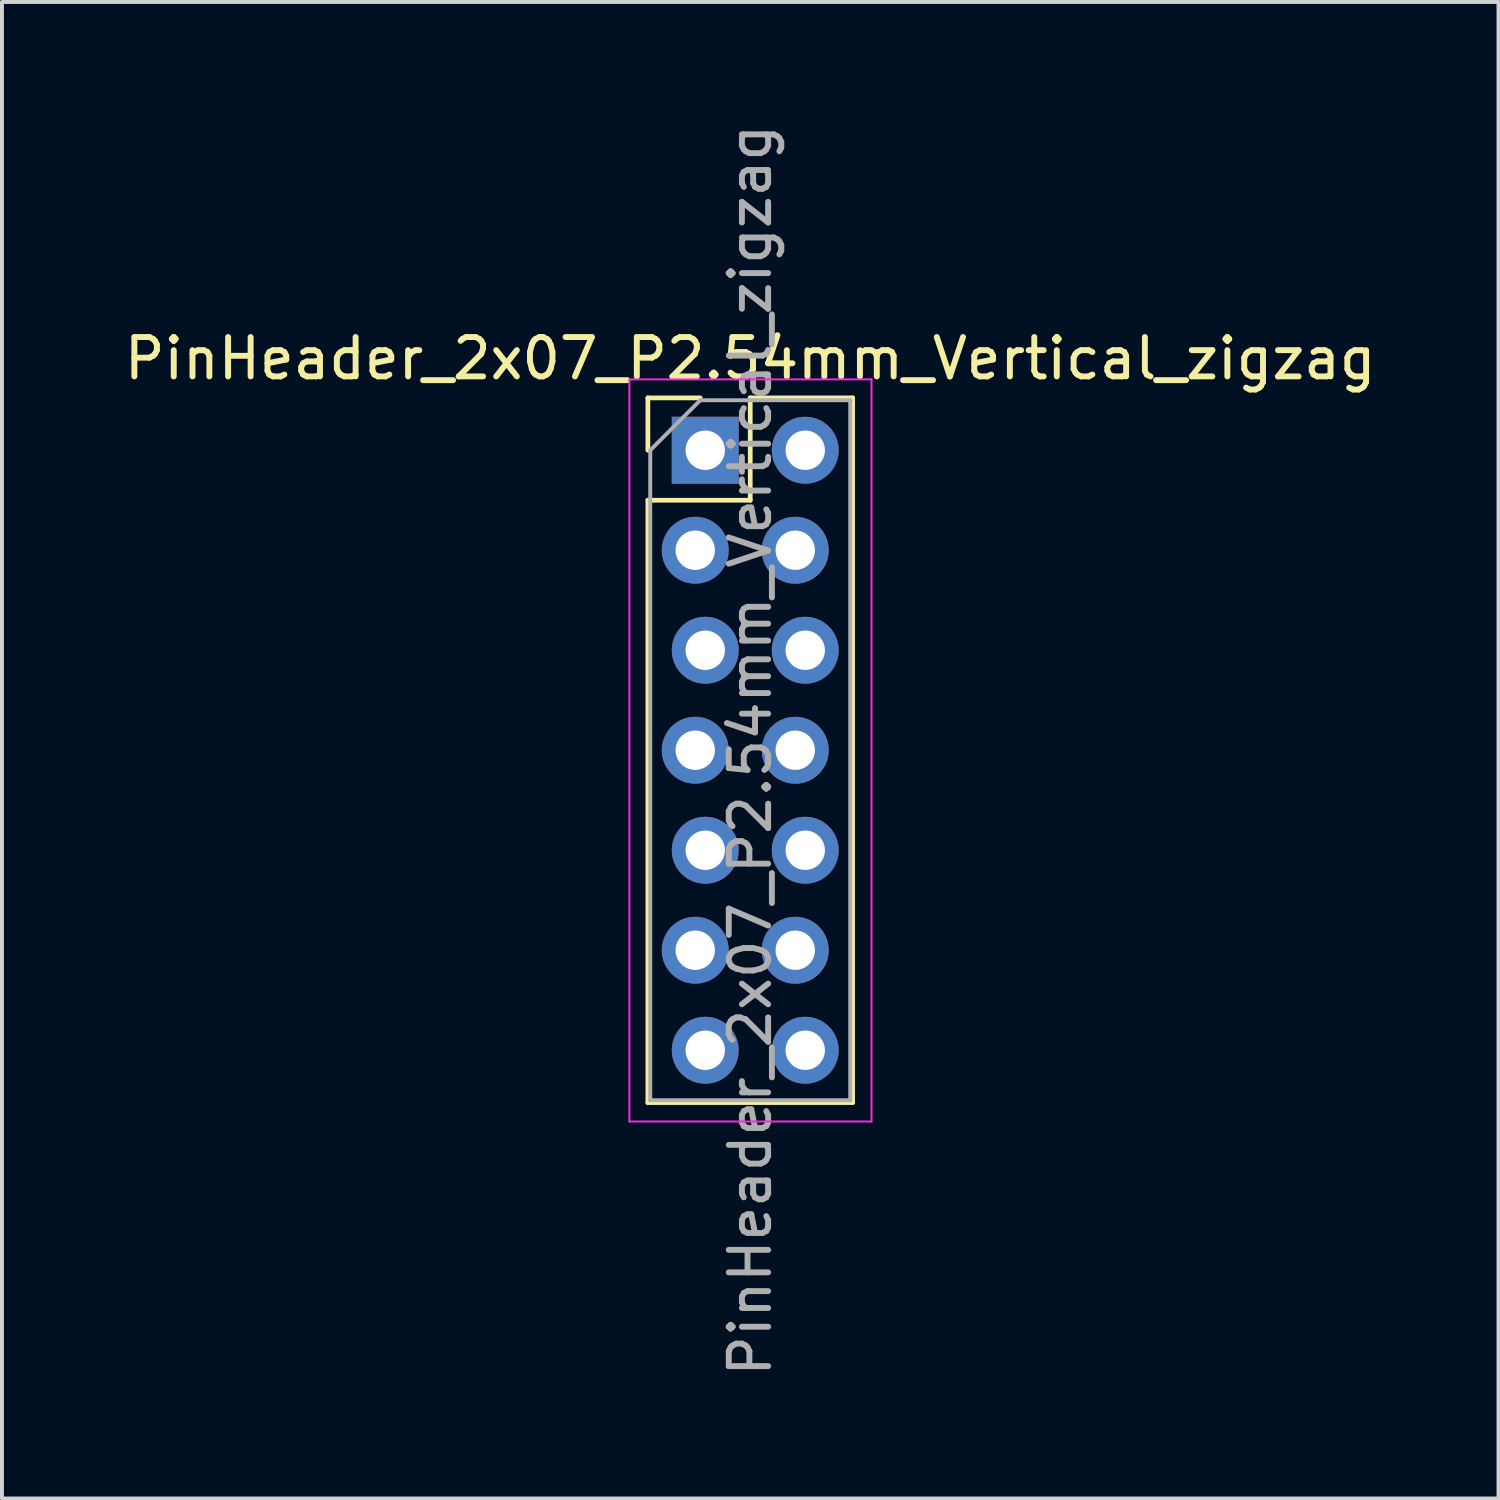
<source format=kicad_pcb>
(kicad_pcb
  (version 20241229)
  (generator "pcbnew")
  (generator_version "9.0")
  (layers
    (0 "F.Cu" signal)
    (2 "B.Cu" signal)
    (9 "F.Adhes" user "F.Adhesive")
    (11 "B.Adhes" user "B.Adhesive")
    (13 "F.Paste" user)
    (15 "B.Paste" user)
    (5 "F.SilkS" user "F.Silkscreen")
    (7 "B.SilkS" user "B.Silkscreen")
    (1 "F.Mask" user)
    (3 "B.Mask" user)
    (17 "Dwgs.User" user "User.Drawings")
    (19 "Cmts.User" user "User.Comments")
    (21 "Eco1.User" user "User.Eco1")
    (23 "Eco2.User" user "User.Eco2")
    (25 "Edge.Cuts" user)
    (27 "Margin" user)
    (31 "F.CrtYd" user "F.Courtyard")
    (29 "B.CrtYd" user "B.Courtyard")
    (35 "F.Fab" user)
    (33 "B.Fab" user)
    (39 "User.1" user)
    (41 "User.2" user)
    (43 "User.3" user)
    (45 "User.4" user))
  (footprint "PinHeader_2x07_P2.54mm_Vertical_zigzag"
    (layer "F.Cu")
    (at 14.736 8.386)
    (property "Reference" "PinHeader_2x07_P2.54mm_Vertical_zigzag" (at 1.27 -2.33 0) (layer "F.SilkS") (effects (font (size 1 1) (thickness 0.15))))
    (attr through_hole)
    (fp_line (start -1.33 -1.33) (end 0 -1.33) (stroke (width 0.12) (type solid)) (layer "F.SilkS"))
    (fp_line (start -1.33 0) (end -1.33 -1.33) (stroke (width 0.12) (type solid)) (layer "F.SilkS"))
    (fp_line (start -1.33 1.27) (end -1.33 16.57) (stroke (width 0.12) (type solid)) (layer "F.SilkS"))
    (fp_line (start -1.33 1.27) (end 1.27 1.27) (stroke (width 0.12) (type solid)) (layer "F.SilkS"))
    (fp_line (start -1.33 16.57) (end 3.87 16.57) (stroke (width 0.12) (type solid)) (layer "F.SilkS"))
    (fp_line (start 1.27 -1.33) (end 3.87 -1.33) (stroke (width 0.12) (type solid)) (layer "F.SilkS"))
    (fp_line (start 1.27 1.27) (end 1.27 -1.33) (stroke (width 0.12) (type solid)) (layer "F.SilkS"))
    (fp_line (start 3.87 -1.33) (end 3.87 16.57) (stroke (width 0.12) (type solid)) (layer "F.SilkS"))
    (fp_line (start -1.8 -1.8) (end -1.8 17.05) (stroke (width 0.05) (type solid)) (layer "F.CrtYd"))
    (fp_line (start -1.8 17.05) (end 4.35 17.05) (stroke (width 0.05) (type solid)) (layer "F.CrtYd"))
    (fp_line (start 4.35 -1.8) (end -1.8 -1.8) (stroke (width 0.05) (type solid)) (layer "F.CrtYd"))
    (fp_line (start 4.35 17.05) (end 4.35 -1.8) (stroke (width 0.05) (type solid)) (layer "F.CrtYd"))
    (fp_line (start -1.27 0) (end 0 -1.27) (stroke (width 0.1) (type solid)) (layer "F.Fab"))
    (fp_line (start -1.27 16.51) (end -1.27 0) (stroke (width 0.1) (type solid)) (layer "F.Fab"))
    (fp_line (start 0 -1.27) (end 3.81 -1.27) (stroke (width 0.1) (type solid)) (layer "F.Fab"))
    (fp_line (start 3.81 -1.27) (end 3.81 16.51) (stroke (width 0.1) (type solid)) (layer "F.Fab"))
    (fp_line (start 3.81 16.51) (end -1.27 16.51) (stroke (width 0.1) (type solid)) (layer "F.Fab"))
    (fp_text user "${REFERENCE}" (at 1.27 7.62 90) (layer "F.Fab") (effects (font (size 1 1) (thickness 0.15))))
    (pad "1" thru_hole rect (at 0.127 0) (size 1.7 1.7) (drill 1) (layers "*.Cu" "*.Mask"))
    (pad "2" thru_hole oval (at 2.667 0) (size 1.7 1.7) (drill 1) (layers "*.Cu" "*.Mask"))
    (pad "3" thru_hole oval (at -0.127 2.54) (size 1.7 1.7) (drill 1) (layers "*.Cu" "*.Mask"))
    (pad "4" thru_hole oval (at 2.413 2.54) (size 1.7 1.7) (drill 1) (layers "*.Cu" "*.Mask"))
    (pad "5" thru_hole oval (at 0.127 5.08) (size 1.7 1.7) (drill 1) (layers "*.Cu" "*.Mask"))
    (pad "6" thru_hole oval (at 2.667 5.08) (size 1.7 1.7) (drill 1) (layers "*.Cu" "*.Mask"))
    (pad "7" thru_hole oval (at -0.127 7.62) (size 1.7 1.7) (drill 1) (layers "*.Cu" "*.Mask"))
    (pad "8" thru_hole oval (at 2.413 7.62) (size 1.7 1.7) (drill 1) (layers "*.Cu" "*.Mask"))
    (pad "9" thru_hole oval (at 0.127 10.16) (size 1.7 1.7) (drill 1) (layers "*.Cu" "*.Mask"))
    (pad "10" thru_hole oval (at 2.667 10.16) (size 1.7 1.7) (drill 1) (layers "*.Cu" "*.Mask"))
    (pad "11" thru_hole oval (at -0.127 12.7) (size 1.7 1.7) (drill 1) (layers "*.Cu" "*.Mask"))
    (pad "12" thru_hole oval (at 2.413 12.7) (size 1.7 1.7) (drill 1) (layers "*.Cu" "*.Mask"))
    (pad "13" thru_hole oval (at 0.127 15.24) (size 1.7 1.7) (drill 1) (layers "*.Cu" "*.Mask"))
    (pad "14" thru_hole oval (at 2.667 15.24) (size 1.7 1.7) (drill 1) (layers "*.Cu" "*.Mask")))
  (gr_rect
    (start -3 -3)
    (end 35.012 35.012)
    (stroke (width 0.1) (type default))
    (fill no)
    (layer "Edge.Cuts")))
</source>
